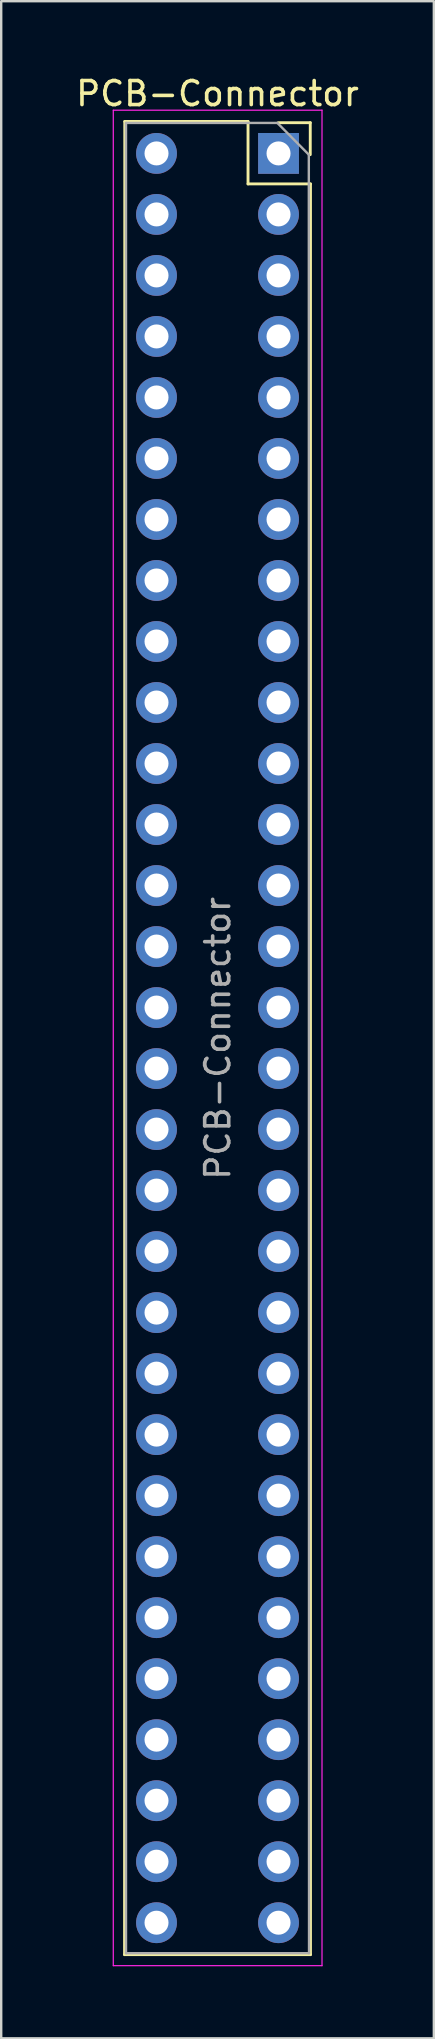
<source format=kicad_pcb>
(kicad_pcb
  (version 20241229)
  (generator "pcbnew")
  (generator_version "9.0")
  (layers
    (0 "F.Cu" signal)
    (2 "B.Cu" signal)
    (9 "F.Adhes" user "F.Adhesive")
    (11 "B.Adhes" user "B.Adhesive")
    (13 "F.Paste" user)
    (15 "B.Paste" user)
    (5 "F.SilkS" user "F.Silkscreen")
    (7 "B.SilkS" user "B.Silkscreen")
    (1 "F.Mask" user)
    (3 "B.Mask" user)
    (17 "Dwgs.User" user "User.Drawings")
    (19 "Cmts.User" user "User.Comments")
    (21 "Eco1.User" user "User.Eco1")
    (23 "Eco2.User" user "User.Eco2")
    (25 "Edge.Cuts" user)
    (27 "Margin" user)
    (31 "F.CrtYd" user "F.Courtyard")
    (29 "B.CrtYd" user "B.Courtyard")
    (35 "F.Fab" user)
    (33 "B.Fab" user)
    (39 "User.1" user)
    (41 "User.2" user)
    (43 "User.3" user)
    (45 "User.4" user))
  (footprint "PCB-Connector"
    (layer "F.Cu")
    (at 6.006 3.337)
    (property "Reference" "PCB-Connector" (at 0 -2.489 0) (layer "F.SilkS") (effects (font (size 1 1) (thickness 0.15))))
    (attr through_hole)
    (fp_line (start -3.87 74.99) (end 3.87 74.99) (stroke (width 0.12) (type solid)) (layer "F.SilkS"))
    (fp_line (start -3.861 -1.33) (end -3.87 74.99) (stroke (width 0.12) (type solid)) (layer "F.SilkS"))
    (fp_line (start -3.861 -1.33) (end 1.27 -1.33) (stroke (width 0.12) (type solid)) (layer "F.SilkS"))
    (fp_line (start 1.27 1.27) (end 1.27 -1.33) (stroke (width 0.12) (type solid)) (layer "F.SilkS"))
    (fp_line (start 1.27 1.27) (end 3.87 1.27) (stroke (width 0.12) (type solid)) (layer "F.SilkS"))
    (fp_line (start 2.531 -1.279) (end 3.861 -1.279) (stroke (width 0.12) (type solid)) (layer "F.SilkS"))
    (fp_line (start 3.861 -1.279) (end 3.861 0.051) (stroke (width 0.12) (type solid)) (layer "F.SilkS"))
    (fp_line (start 3.87 1.27) (end 3.87 74.99) (stroke (width 0.12) (type solid)) (layer "F.SilkS"))
    (fp_line (start -4.34 -1.8) (end -4.34 75.45) (stroke (width 0.05) (type solid)) (layer "F.CrtYd"))
    (fp_line (start -4.34 75.45) (end 4.35 75.45) (stroke (width 0.05) (type solid)) (layer "F.CrtYd"))
    (fp_line (start 4.35 -1.8) (end -4.34 -1.8) (stroke (width 0.05) (type solid)) (layer "F.CrtYd"))
    (fp_line (start 4.35 75.45) (end 4.35 -1.8) (stroke (width 0.05) (type solid)) (layer "F.CrtYd"))
    (fp_line (start -3.81 -1.27) (end 2.489 -1.27) (stroke (width 0.1) (type solid)) (layer "F.Fab"))
    (fp_line (start -3.81 74.93) (end -3.81 -1.27) (stroke (width 0.1) (type solid)) (layer "F.Fab"))
    (fp_line (start 2.489 -1.27) (end 3.801 0.051) (stroke (width 0.1) (type solid)) (layer "F.Fab"))
    (fp_line (start 3.801 0.051) (end 3.81 74.93) (stroke (width 0.1) (type solid)) (layer "F.Fab"))
    (fp_line (start 3.81 74.93) (end -3.81 74.93) (stroke (width 0.1) (type solid)) (layer "F.Fab"))
    (fp_text user "${REFERENCE}" (at 0.01 36.84 90) (layer "F.Fab") (effects (font (size 1 1) (thickness 0.15))))
    (pad "a1" thru_hole rect (at 2.54 0) (size 1.7 1.7) (drill 1) (layers "*.Cu" "*.Mask"))
    (pad "a2" thru_hole oval (at 2.54 2.54) (size 1.7 1.7) (drill 1) (layers "*.Cu" "*.Mask"))
    (pad "a3" thru_hole oval (at 2.54 5.08) (size 1.7 1.7) (drill 1) (layers "*.Cu" "*.Mask"))
    (pad "a4" thru_hole oval (at 2.54 7.62) (size 1.7 1.7) (drill 1) (layers "*.Cu" "*.Mask"))
    (pad "a5" thru_hole oval (at 2.54 10.16) (size 1.7 1.7) (drill 1) (layers "*.Cu" "*.Mask"))
    (pad "a6" thru_hole oval (at 2.54 12.7) (size 1.7 1.7) (drill 1) (layers "*.Cu" "*.Mask"))
    (pad "a7" thru_hole oval (at 2.54 15.24) (size 1.7 1.7) (drill 1) (layers "*.Cu" "*.Mask"))
    (pad "a8" thru_hole oval (at 2.54 17.78) (size 1.7 1.7) (drill 1) (layers "*.Cu" "*.Mask"))
    (pad "a9" thru_hole oval (at 2.54 20.32) (size 1.7 1.7) (drill 1) (layers "*.Cu" "*.Mask"))
    (pad "a10" thru_hole oval (at 2.54 22.86) (size 1.7 1.7) (drill 1) (layers "*.Cu" "*.Mask"))
    (pad "a11" thru_hole oval (at 2.54 25.4) (size 1.7 1.7) (drill 1) (layers "*.Cu" "*.Mask"))
    (pad "a12" thru_hole oval (at 2.54 27.94) (size 1.7 1.7) (drill 1) (layers "*.Cu" "*.Mask"))
    (pad "a13" thru_hole oval (at 2.54 30.48) (size 1.7 1.7) (drill 1) (layers "*.Cu" "*.Mask"))
    (pad "a14" thru_hole oval (at 2.54 33.02) (size 1.7 1.7) (drill 1) (layers "*.Cu" "*.Mask"))
    (pad "a15" thru_hole oval (at 2.54 35.56) (size 1.7 1.7) (drill 1) (layers "*.Cu" "*.Mask"))
    (pad "a16" thru_hole oval (at 2.54 38.1) (size 1.7 1.7) (drill 1) (layers "*.Cu" "*.Mask"))
    (pad "a17" thru_hole oval (at 2.54 40.64) (size 1.7 1.7) (drill 1) (layers "*.Cu" "*.Mask"))
    (pad "a18" thru_hole oval (at 2.54 43.18) (size 1.7 1.7) (drill 1) (layers "*.Cu" "*.Mask"))
    (pad "a19" thru_hole oval (at 2.54 45.72) (size 1.7 1.7) (drill 1) (layers "*.Cu" "*.Mask"))
    (pad "a20" thru_hole oval (at 2.54 48.26) (size 1.7 1.7) (drill 1) (layers "*.Cu" "*.Mask"))
    (pad "a21" thru_hole oval (at 2.54 50.8) (size 1.7 1.7) (drill 1) (layers "*.Cu" "*.Mask"))
    (pad "a22" thru_hole oval (at 2.54 53.34) (size 1.7 1.7) (drill 1) (layers "*.Cu" "*.Mask"))
    (pad "a23" thru_hole oval (at 2.54 55.88) (size 1.7 1.7) (drill 1) (layers "*.Cu" "*.Mask"))
    (pad "a24" thru_hole oval (at 2.54 58.42) (size 1.7 1.7) (drill 1) (layers "*.Cu" "*.Mask"))
    (pad "a25" thru_hole oval (at 2.54 60.96) (size 1.7 1.7) (drill 1) (layers "*.Cu" "*.Mask"))
    (pad "a26" thru_hole oval (at 2.54 63.5) (size 1.7 1.7) (drill 1) (layers "*.Cu" "*.Mask"))
    (pad "a27" thru_hole oval (at 2.54 66.04) (size 1.7 1.7) (drill 1) (layers "*.Cu" "*.Mask"))
    (pad "a28" thru_hole oval (at 2.54 68.58) (size 1.7 1.7) (drill 1) (layers "*.Cu" "*.Mask"))
    (pad "a29" thru_hole oval (at 2.54 71.12) (size 1.7 1.7) (drill 1) (layers "*.Cu" "*.Mask"))
    (pad "a30" thru_hole oval (at 2.54 73.66) (size 1.7 1.7) (drill 1) (layers "*.Cu" "*.Mask"))
    (pad "b1" thru_hole oval (at -2.54 0) (size 1.7 1.7) (drill 1) (layers "*.Cu" "*.Mask"))
    (pad "b2" thru_hole oval (at -2.54 2.54) (size 1.7 1.7) (drill 1) (layers "*.Cu" "*.Mask"))
    (pad "b3" thru_hole oval (at -2.54 5.08) (size 1.7 1.7) (drill 1) (layers "*.Cu" "*.Mask"))
    (pad "b4" thru_hole oval (at -2.54 7.62) (size 1.7 1.7) (drill 1) (layers "*.Cu" "*.Mask"))
    (pad "b5" thru_hole oval (at -2.54 10.16) (size 1.7 1.7) (drill 1) (layers "*.Cu" "*.Mask"))
    (pad "b6" thru_hole oval (at -2.54 12.7) (size 1.7 1.7) (drill 1) (layers "*.Cu" "*.Mask"))
    (pad "b7" thru_hole oval (at -2.54 15.24) (size 1.7 1.7) (drill 1) (layers "*.Cu" "*.Mask"))
    (pad "b8" thru_hole oval (at -2.54 17.78) (size 1.7 1.7) (drill 1) (layers "*.Cu" "*.Mask"))
    (pad "b9" thru_hole oval (at -2.54 20.32) (size 1.7 1.7) (drill 1) (layers "*.Cu" "*.Mask"))
    (pad "b10" thru_hole oval (at -2.54 22.86) (size 1.7 1.7) (drill 1) (layers "*.Cu" "*.Mask"))
    (pad "b11" thru_hole oval (at -2.54 25.4) (size 1.7 1.7) (drill 1) (layers "*.Cu" "*.Mask"))
    (pad "b12" thru_hole oval (at -2.54 27.94) (size 1.7 1.7) (drill 1) (layers "*.Cu" "*.Mask"))
    (pad "b13" thru_hole oval (at -2.54 30.48) (size 1.7 1.7) (drill 1) (layers "*.Cu" "*.Mask"))
    (pad "b14" thru_hole oval (at -2.54 33.02) (size 1.7 1.7) (drill 1) (layers "*.Cu" "*.Mask"))
    (pad "b15" thru_hole oval (at -2.54 35.56) (size 1.7 1.7) (drill 1) (layers "*.Cu" "*.Mask"))
    (pad "b16" thru_hole oval (at -2.54 38.1) (size 1.7 1.7) (drill 1) (layers "*.Cu" "*.Mask"))
    (pad "b17" thru_hole oval (at -2.54 40.64) (size 1.7 1.7) (drill 1) (layers "*.Cu" "*.Mask"))
    (pad "b18" thru_hole oval (at -2.54 43.18) (size 1.7 1.7) (drill 1) (layers "*.Cu" "*.Mask"))
    (pad "b19" thru_hole oval (at -2.54 45.72) (size 1.7 1.7) (drill 1) (layers "*.Cu" "*.Mask"))
    (pad "b20" thru_hole oval (at -2.54 48.26) (size 1.7 1.7) (drill 1) (layers "*.Cu" "*.Mask"))
    (pad "b21" thru_hole oval (at -2.54 50.8) (size 1.7 1.7) (drill 1) (layers "*.Cu" "*.Mask"))
    (pad "b22" thru_hole oval (at -2.54 53.34) (size 1.7 1.7) (drill 1) (layers "*.Cu" "*.Mask"))
    (pad "b23" thru_hole oval (at -2.54 55.88) (size 1.7 1.7) (drill 1) (layers "*.Cu" "*.Mask"))
    (pad "b24" thru_hole oval (at -2.54 58.42) (size 1.7 1.7) (drill 1) (layers "*.Cu" "*.Mask"))
    (pad "b25" thru_hole oval (at -2.54 60.96) (size 1.7 1.7) (drill 1) (layers "*.Cu" "*.Mask"))
    (pad "b26" thru_hole oval (at -2.54 63.5) (size 1.7 1.7) (drill 1) (layers "*.Cu" "*.Mask"))
    (pad "b27" thru_hole oval (at -2.54 66.04) (size 1.7 1.7) (drill 1) (layers "*.Cu" "*.Mask"))
    (pad "b28" thru_hole oval (at -2.54 68.58) (size 1.7 1.7) (drill 1) (layers "*.Cu" "*.Mask"))
    (pad "b29" thru_hole oval (at -2.54 71.12) (size 1.7 1.7) (drill 1) (layers "*.Cu" "*.Mask"))
    (pad "b30" thru_hole oval (at -2.54 73.66) (size 1.7 1.7) (drill 1) (layers "*.Cu" "*.Mask")))
  (gr_rect
    (start -3 -3)
    (end 15.012 81.812)
    (stroke (width 0.1) (type default))
    (fill no)
    (layer "Edge.Cuts")))
</source>
